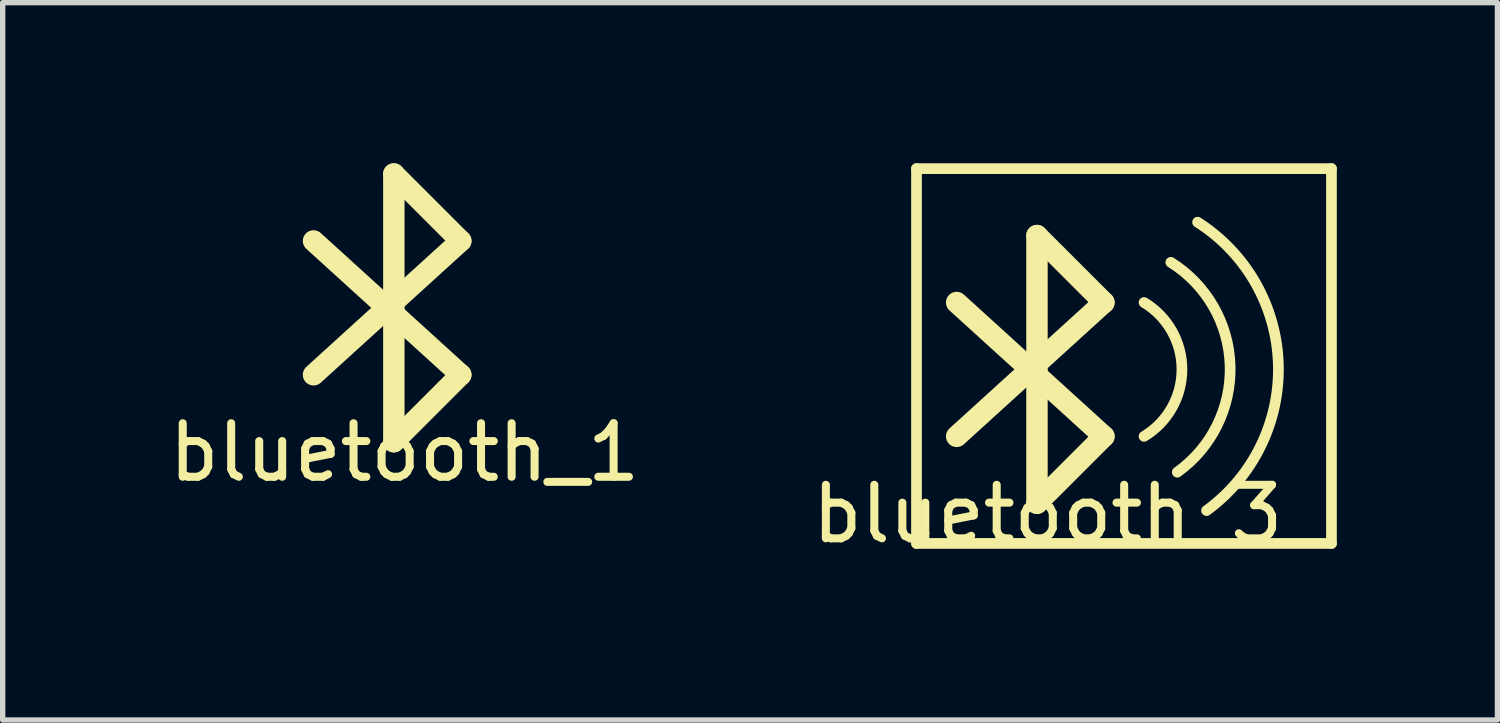
<source format=kicad_pcb>
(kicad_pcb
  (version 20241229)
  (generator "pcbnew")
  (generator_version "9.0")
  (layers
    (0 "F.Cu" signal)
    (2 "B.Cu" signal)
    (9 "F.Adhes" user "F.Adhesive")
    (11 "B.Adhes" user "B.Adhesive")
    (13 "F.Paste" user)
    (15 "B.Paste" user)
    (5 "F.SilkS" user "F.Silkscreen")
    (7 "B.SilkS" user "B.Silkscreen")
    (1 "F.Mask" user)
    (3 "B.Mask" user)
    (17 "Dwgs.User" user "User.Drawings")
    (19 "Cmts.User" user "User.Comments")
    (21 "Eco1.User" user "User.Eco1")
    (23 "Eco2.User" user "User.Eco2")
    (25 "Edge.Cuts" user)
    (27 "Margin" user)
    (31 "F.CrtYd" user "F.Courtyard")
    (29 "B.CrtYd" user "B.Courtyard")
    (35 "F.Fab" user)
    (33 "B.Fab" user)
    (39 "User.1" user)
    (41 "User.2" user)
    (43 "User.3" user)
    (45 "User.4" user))
  (footprint "bluetooth_1"
    (layer "F.Cu")
    (at 4.306 2.7)
    (property "Reference" "bluetooth_1" (at 0.2 2.7 0) (layer "F.SilkS") (effects (font (size 1 1) (thickness 0.15))))
    (attr through_hole)
    (fp_line (start 0 -2.5) (end 0 2.5) (stroke (width 0.4) (type solid)) (layer "F.SilkS"))
    (fp_line (start 0 -2.5) (end 1.25 -1.25) (stroke (width 0.4) (type solid)) (layer "F.SilkS"))
    (fp_line (start 0 2.5) (end 1.25 1.25) (stroke (width 0.4) (type solid)) (layer "F.SilkS"))
    (fp_line (start 1.25 -1.25) (end -1.5 1.25) (stroke (width 0.4) (type solid)) (layer "F.SilkS"))
    (fp_line (start 1.25 1.25) (end -1.5 -1.25) (stroke (width 0.4) (type solid)) (layer "F.SilkS")))
  (footprint "bluetooth_3"
    (layer "F.Cu")
    (at 18.068 3.85)
    (property "Reference" "bluetooth_3" (at -1.55 2.7 0) (layer "F.SilkS") (effects (font (size 1 1) (thickness 0.15))))
    (attr through_hole)
    (fp_line (start -4 -3.75) (end 3.75 -3.75) (stroke (width 0.2) (type solid)) (layer "F.SilkS"))
    (fp_line (start -4 3.25) (end -4 -3.75) (stroke (width 0.2) (type solid)) (layer "F.SilkS"))
    (fp_line (start -1.75 -2.5) (end -1.75 2.5) (stroke (width 0.4) (type solid)) (layer "F.SilkS"))
    (fp_line (start -1.75 -2.5) (end -0.5 -1.25) (stroke (width 0.4) (type solid)) (layer "F.SilkS"))
    (fp_line (start -1.75 2.5) (end -0.5 1.25) (stroke (width 0.4) (type solid)) (layer "F.SilkS"))
    (fp_line (start -0.5 -1.25) (end -3.25 1.25) (stroke (width 0.4) (type solid)) (layer "F.SilkS"))
    (fp_line (start -0.5 1.25) (end -3.25 -1.25) (stroke (width 0.4) (type solid)) (layer "F.SilkS"))
    (fp_line (start 3.75 -3.75) (end 3.75 3.25) (stroke (width 0.2) (type solid)) (layer "F.SilkS"))
    (fp_line (start 3.75 3.25) (end -4 3.25) (stroke (width 0.2) (type solid)) (layer "F.SilkS"))
    (fp_arc (start 0.25 -1.25) (mid 0.957738 0) (end 0.25 1.25) (stroke (width 0.2) (type solid)) (layer "F.SilkS"))
    (fp_arc (start 0.75 -2) (mid 1.857375 -0.072689) (end 0.870847 1.919187) (stroke (width 0.2) (type solid)) (layer "F.SilkS"))
    (fp_arc (start 1.25 -2.75) (mid 2.758032 -0.101141) (end 1.417206 2.636157) (stroke (width 0.2) (type solid)) (layer "F.SilkS")))
  (gr_rect
    (start -3 -3)
    (end 24.918 10.398)
    (stroke (width 0.1) (type default))
    (fill no)
    (layer "Edge.Cuts")))
</source>
